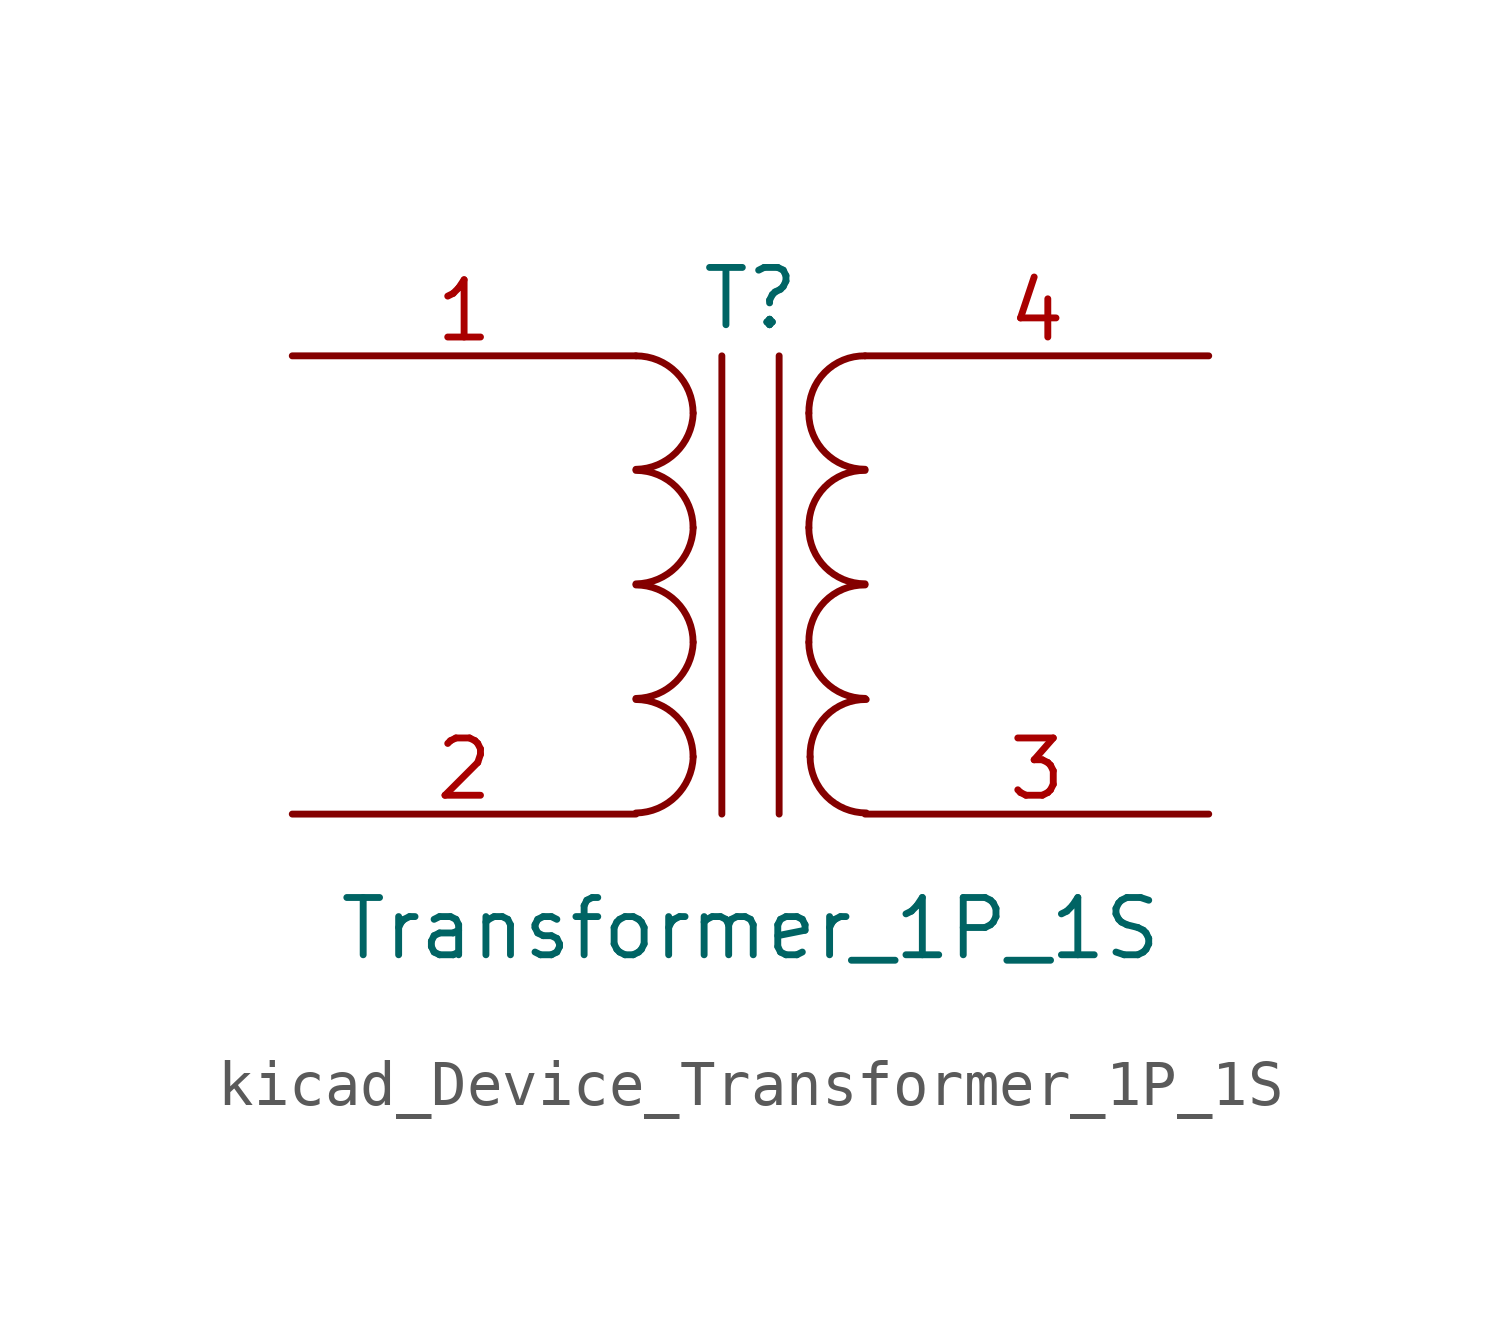
<source format=kicad_sym>
(kicad_symbol_lib
  (version 20220914)
  (generator kicad_symbol_editor)
  (symbol "kicad_Device_Transformer_1P_1S"
    (pin_names
      (offset 1.016) hide)
    (property "Reference" "T"
      (at 0 6.35 0)
      (effects (font (size 1.27 1.27))))
    (property "Value" "Transformer_1P_1S"
      (at 0 -7.62 0)
      (effects (font (size 1.27 1.27))))
    (symbol "kicad_Device_Transformer_1P_1S_0_1"
      (arc (start -2.54 -5.0546) (mid -1.6599 -4.6901) (end -1.27 -3.81) (stroke (width 0) (type default)) (fill (type none)))
      (arc (start -2.54 -2.5146) (mid -1.6599 -2.1501) (end -1.27 -1.27) (stroke (width 0) (type default)) (fill (type none)))
      (arc (start -2.54 0.0254) (mid -1.6599 0.3899) (end -1.27 1.27) (stroke (width 0) (type default)) (fill (type none)))
      (arc (start -2.54 2.5654) (mid -1.6599 2.9299) (end -1.27 3.81) (stroke (width 0) (type default)) (fill (type none)))
      (arc (start -1.27 -3.81) (mid -1.642 -2.912) (end -2.54 -2.54) (stroke (width 0) (type default)) (fill (type none)))
      (arc (start -1.27 -1.27) (mid -1.642 -0.372) (end -2.54 0) (stroke (width 0) (type default)) (fill (type none)))
      (arc (start -1.27 1.27) (mid -1.642 2.168) (end -2.54 2.54) (stroke (width 0) (type default)) (fill (type none)))
      (arc (start -1.27 3.81) (mid -1.642 4.708) (end -2.54 5.08) (stroke (width 0) (type default)) (fill (type none)))
      (polyline (pts (xy -0.635 5.08) (xy -0.635 -5.08)) (stroke (width 0) (type default)) (fill (type none)))
      (polyline (pts (xy 0.635 -5.08) (xy 0.635 5.08)) (stroke (width 0) (type default)) (fill (type none)))
      (arc (start 1.2954 -1.27) (mid 1.6599 -2.1501) (end 2.54 -2.5146) (stroke (width 0) (type default)) (fill (type none)))
      (arc (start 1.2954 1.27) (mid 1.6599 0.3899) (end 2.54 0.0254) (stroke (width 0) (type default)) (fill (type none)))
      (arc (start 1.2954 3.81) (mid 1.6599 2.9299) (end 2.54 2.5654) (stroke (width 0) (type default)) (fill (type none)))
      (arc (start 1.3208 -3.81) (mid 1.6853 -4.6901) (end 2.5654 -5.0546) (stroke (width 0) (type default)) (fill (type none)))
      (arc (start 2.54 0) (mid 1.642 -0.372) (end 1.2954 -1.27) (stroke (width 0) (type default)) (fill (type none)))
      (arc (start 2.54 2.54) (mid 1.642 2.168) (end 1.2954 1.27) (stroke (width 0) (type default)) (fill (type none)))
      (arc (start 2.54 5.08) (mid 1.642 4.708) (end 1.2954 3.81) (stroke (width 0) (type default)) (fill (type none)))
      (arc (start 2.5654 -2.54) (mid 1.6674 -2.912) (end 1.3208 -3.81) (stroke (width 0) (type default)) (fill (type none))))
    (symbol "kicad_Device_Transformer_1P_1S_1_1"
      (pin passive line (at -10.16 5.08 0) (length 7.62) (name "AA" (effects (font (size 1.27 1.27)))) (number "1" (effects (font (size 1.27 1.27)))))
      (pin passive line (at -10.16 -5.08 0) (length 7.62) (name "AB" (effects (font (size 1.27 1.27)))) (number "2" (effects (font (size 1.27 1.27)))))
      (pin passive line (at 10.16 -5.08 180) (length 7.62) (name "SA" (effects (font (size 1.27 1.27)))) (number "3" (effects (font (size 1.27 1.27)))))
      (pin passive line (at 10.16 5.08 180) (length 7.62) (name "SB" (effects (font (size 1.27 1.27)))) (number "4" (effects (font (size 1.27 1.27))))))))
</source>
